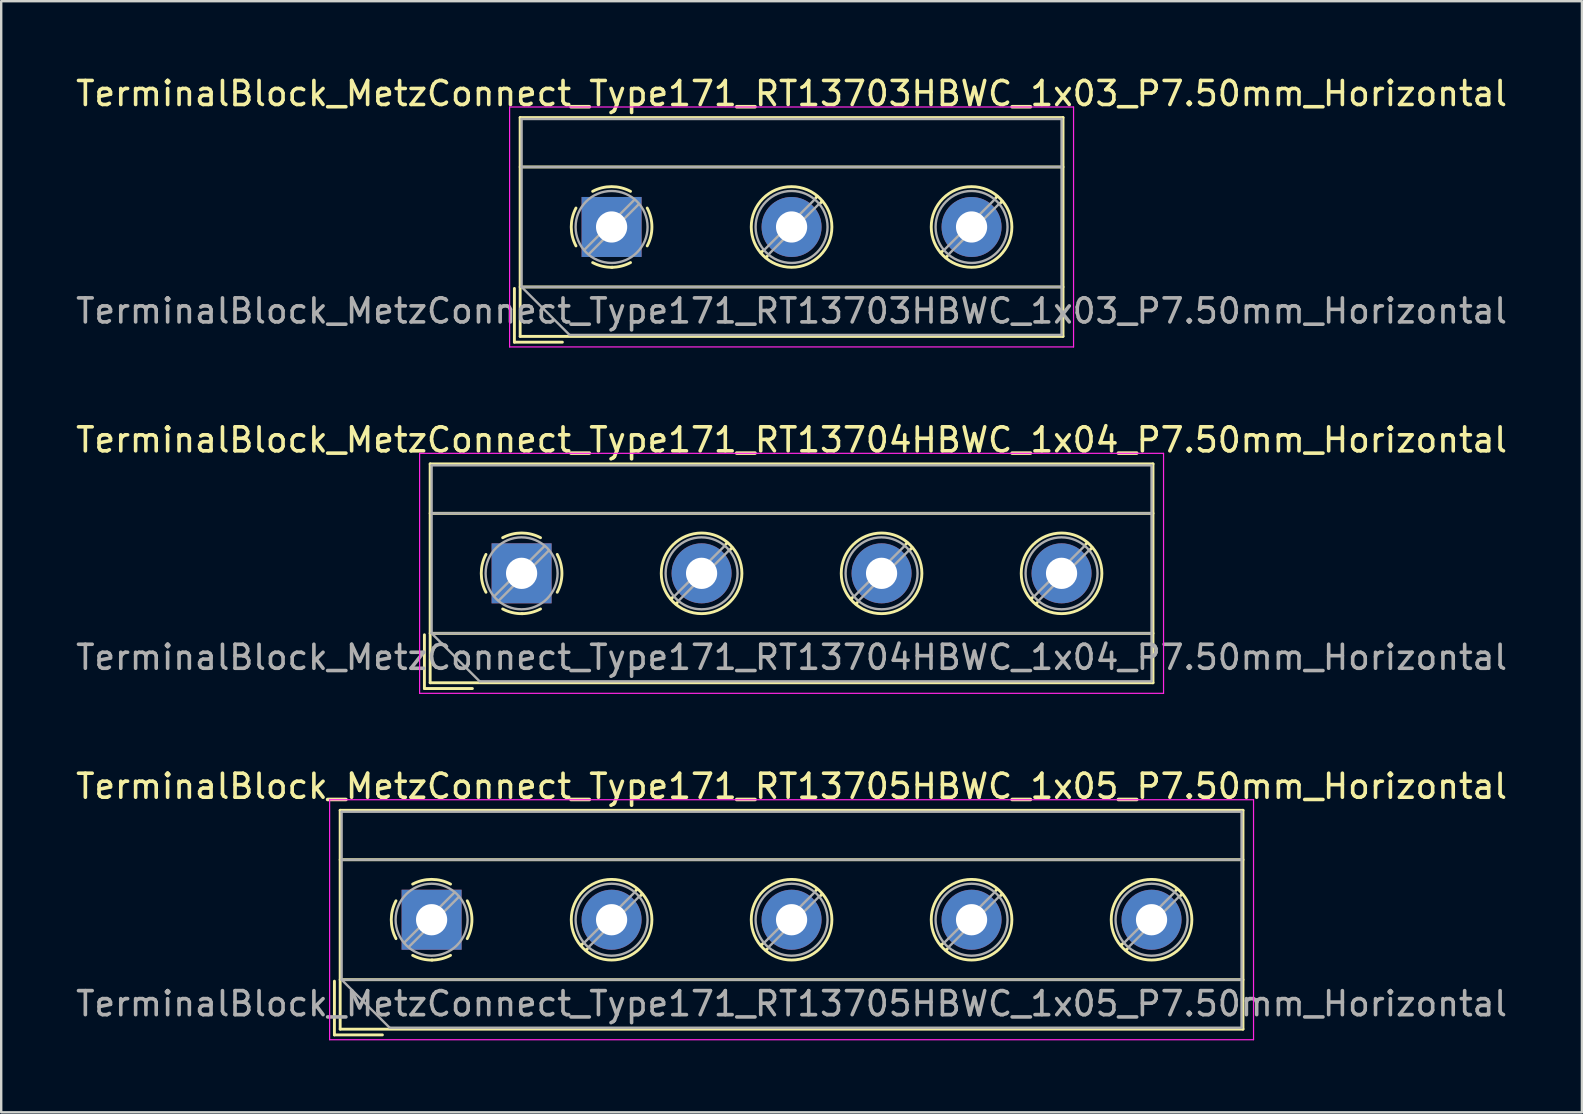
<source format=kicad_pcb>
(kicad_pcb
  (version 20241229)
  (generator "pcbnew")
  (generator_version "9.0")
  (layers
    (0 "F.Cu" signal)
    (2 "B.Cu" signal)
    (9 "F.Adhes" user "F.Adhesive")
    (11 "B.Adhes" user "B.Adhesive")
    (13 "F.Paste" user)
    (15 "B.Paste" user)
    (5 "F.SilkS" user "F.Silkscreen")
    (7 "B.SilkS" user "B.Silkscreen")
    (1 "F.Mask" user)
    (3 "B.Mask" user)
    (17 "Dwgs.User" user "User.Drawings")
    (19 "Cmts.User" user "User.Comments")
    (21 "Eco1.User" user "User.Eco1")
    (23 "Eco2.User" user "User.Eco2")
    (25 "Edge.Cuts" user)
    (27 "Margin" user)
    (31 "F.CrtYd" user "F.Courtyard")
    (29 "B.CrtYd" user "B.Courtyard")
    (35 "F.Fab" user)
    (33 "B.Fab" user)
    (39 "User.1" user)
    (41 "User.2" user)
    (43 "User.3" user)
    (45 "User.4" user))
  (footprint "TerminalBlock_MetzConnect_Type171_RT13703HBWC_1x03_P7.50mm_Horizontal"
    (layer "F.Cu")
    (at 22.435 6.408)
    (property "Reference" "TerminalBlock_MetzConnect_Type171_RT13703HBWC_1x03_P7.50mm_Horizontal" (at 7.5 -5.56 0) (layer "F.SilkS") (effects (font (size 1 1) (thickness 0.15))))
    (attr through_hole)
    (fp_line (start -4.05 2.56) (end -4.05 4.8) (stroke (width 0.12) (type solid)) (layer "F.SilkS"))
    (fp_line (start -4.05 4.8) (end -2.05 4.8) (stroke (width 0.12) (type solid)) (layer "F.SilkS"))
    (fp_line (start -3.81 -4.56) (end -3.81 4.56) (stroke (width 0.12) (type solid)) (layer "F.SilkS"))
    (fp_line (start -3.81 -4.56) (end 18.811 -4.56) (stroke (width 0.12) (type solid)) (layer "F.SilkS"))
    (fp_line (start -3.81 -2.5) (end 18.811 -2.5) (stroke (width 0.12) (type solid)) (layer "F.SilkS"))
    (fp_line (start -3.81 2.5) (end 18.811 2.5) (stroke (width 0.12) (type solid)) (layer "F.SilkS"))
    (fp_line (start -3.81 4.56) (end 18.811 4.56) (stroke (width 0.12) (type solid)) (layer "F.SilkS"))
    (fp_line (start 6.32 0.976) (end 6.226 1.069) (stroke (width 0.12) (type solid)) (layer "F.SilkS"))
    (fp_line (start 6.49 1.216) (end 6.431 1.274) (stroke (width 0.12) (type solid)) (layer "F.SilkS"))
    (fp_line (start 8.57 -1.275) (end 8.511 -1.216) (stroke (width 0.12) (type solid)) (layer "F.SilkS"))
    (fp_line (start 8.775 -1.069) (end 8.681 -0.976) (stroke (width 0.12) (type solid)) (layer "F.SilkS"))
    (fp_line (start 13.82 0.976) (end 13.726 1.069) (stroke (width 0.12) (type solid)) (layer "F.SilkS"))
    (fp_line (start 13.99 1.216) (end 13.931 1.274) (stroke (width 0.12) (type solid)) (layer "F.SilkS"))
    (fp_line (start 16.07 -1.275) (end 16.011 -1.216) (stroke (width 0.12) (type solid)) (layer "F.SilkS"))
    (fp_line (start 16.275 -1.069) (end 16.181 -0.976) (stroke (width 0.12) (type solid)) (layer "F.SilkS"))
    (fp_line (start 18.811 -4.56) (end 18.811 4.56) (stroke (width 0.12) (type solid)) (layer "F.SilkS"))
    (fp_arc (start -1.483953 0.789089) (mid -1.680708 0.00005) (end -1.484 -0.789) (stroke (width 0.12) (type solid)) (layer "F.SilkS"))
    (fp_arc (start -0.789089 -1.483953) (mid -0.00005 -1.680708) (end 0.789 -1.484) (stroke (width 0.12) (type solid)) (layer "F.SilkS"))
    (fp_arc (start 0.029383 1.68045) (mid -0.392304 1.634281) (end -0.789 1.484) (stroke (width 0.12) (type solid)) (layer "F.SilkS"))
    (fp_arc (start 0.788712 1.483352) (mid 0.406429 1.630097) (end 0 1.68) (stroke (width 0.12) (type solid)) (layer "F.SilkS"))
    (fp_arc (start 1.483953 -0.789089) (mid 1.680708 -0.00005) (end 1.484 0.789) (stroke (width 0.12) (type solid)) (layer "F.SilkS"))
    (fp_circle (center 7.5 0) (end 9.18 0) (stroke (width 0.12) (type solid)) (fill no) (layer "F.SilkS"))
    (fp_circle (center 15 0) (end 16.68 0) (stroke (width 0.12) (type solid)) (fill no) (layer "F.SilkS"))
    (fp_line (start -4.25 -5) (end -4.25 5) (stroke (width 0.05) (type solid)) (layer "F.CrtYd"))
    (fp_line (start -4.25 5) (end 19.25 5) (stroke (width 0.05) (type solid)) (layer "F.CrtYd"))
    (fp_line (start 19.25 -5) (end -4.25 -5) (stroke (width 0.05) (type solid)) (layer "F.CrtYd"))
    (fp_line (start 19.25 5) (end 19.25 -5) (stroke (width 0.05) (type solid)) (layer "F.CrtYd"))
    (fp_line (start -3.75 -4.5) (end 18.75 -4.5) (stroke (width 0.1) (type solid)) (layer "F.Fab"))
    (fp_line (start -3.75 -2.5) (end 18.75 -2.5) (stroke (width 0.1) (type solid)) (layer "F.Fab"))
    (fp_line (start -3.75 2.5) (end -3.75 -4.5) (stroke (width 0.1) (type solid)) (layer "F.Fab"))
    (fp_line (start -3.75 2.5) (end 18.75 2.5) (stroke (width 0.1) (type solid)) (layer "F.Fab"))
    (fp_line (start -1.75 4.5) (end -3.75 2.5) (stroke (width 0.1) (type solid)) (layer "F.Fab"))
    (fp_line (start 0.955 -1.138) (end -1.138 0.955) (stroke (width 0.1) (type solid)) (layer "F.Fab"))
    (fp_line (start 1.138 -0.955) (end -0.955 1.138) (stroke (width 0.1) (type solid)) (layer "F.Fab"))
    (fp_line (start 8.455 -1.138) (end 6.363 0.955) (stroke (width 0.1) (type solid)) (layer "F.Fab"))
    (fp_line (start 8.638 -0.955) (end 6.546 1.138) (stroke (width 0.1) (type solid)) (layer "F.Fab"))
    (fp_line (start 15.955 -1.138) (end 13.863 0.955) (stroke (width 0.1) (type solid)) (layer "F.Fab"))
    (fp_line (start 16.138 -0.955) (end 14.046 1.138) (stroke (width 0.1) (type solid)) (layer "F.Fab"))
    (fp_line (start 18.75 -4.5) (end 18.75 4.5) (stroke (width 0.1) (type solid)) (layer "F.Fab"))
    (fp_line (start 18.75 4.5) (end -1.75 4.5) (stroke (width 0.1) (type solid)) (layer "F.Fab"))
    (fp_circle (center 0 0) (end 1.5 0) (stroke (width 0.1) (type solid)) (fill no) (layer "F.Fab"))
    (fp_circle (center 7.5 0) (end 9 0) (stroke (width 0.1) (type solid)) (fill no) (layer "F.Fab"))
    (fp_circle (center 15 0) (end 16.5 0) (stroke (width 0.1) (type solid)) (fill no) (layer "F.Fab"))
    (fp_text user "${REFERENCE}" (at 7.5 3.5 0) (layer "F.Fab") (effects (font (size 1 1) (thickness 0.15))))
    (pad "1" thru_hole rect (at 0 0) (size 2.5 2.5) (drill 1.3) (layers "*.Cu" "*.Mask"))
    (pad "2" thru_hole circle (at 7.5 0) (size 2.5 2.5) (drill 1.3) (layers "*.Cu" "*.Mask"))
    (pad "3" thru_hole circle (at 15 0) (size 2.5 2.5) (drill 1.3) (layers "*.Cu" "*.Mask")))
  (footprint "TerminalBlock_MetzConnect_Type171_RT13705HBWC_1x05_P7.50mm_Horizontal"
    (layer "F.Cu")
    (at 14.935 35.275)
    (property "Reference" "TerminalBlock_MetzConnect_Type171_RT13705HBWC_1x05_P7.50mm_Horizontal" (at 15 -5.56 0) (layer "F.SilkS") (effects (font (size 1 1) (thickness 0.15))))
    (attr through_hole)
    (fp_line (start -4.05 2.56) (end -4.05 4.8) (stroke (width 0.12) (type solid)) (layer "F.SilkS"))
    (fp_line (start -4.05 4.8) (end -2.05 4.8) (stroke (width 0.12) (type solid)) (layer "F.SilkS"))
    (fp_line (start -3.81 -4.56) (end -3.81 4.56) (stroke (width 0.12) (type solid)) (layer "F.SilkS"))
    (fp_line (start -3.81 -4.56) (end 33.81 -4.56) (stroke (width 0.12) (type solid)) (layer "F.SilkS"))
    (fp_line (start -3.81 -2.5) (end 33.81 -2.5) (stroke (width 0.12) (type solid)) (layer "F.SilkS"))
    (fp_line (start -3.81 2.5) (end 33.81 2.5) (stroke (width 0.12) (type solid)) (layer "F.SilkS"))
    (fp_line (start -3.81 4.56) (end 33.81 4.56) (stroke (width 0.12) (type solid)) (layer "F.SilkS"))
    (fp_line (start 6.32 0.976) (end 6.226 1.069) (stroke (width 0.12) (type solid)) (layer "F.SilkS"))
    (fp_line (start 6.49 1.216) (end 6.431 1.274) (stroke (width 0.12) (type solid)) (layer "F.SilkS"))
    (fp_line (start 8.57 -1.275) (end 8.511 -1.216) (stroke (width 0.12) (type solid)) (layer "F.SilkS"))
    (fp_line (start 8.775 -1.069) (end 8.681 -0.976) (stroke (width 0.12) (type solid)) (layer "F.SilkS"))
    (fp_line (start 13.82 0.976) (end 13.726 1.069) (stroke (width 0.12) (type solid)) (layer "F.SilkS"))
    (fp_line (start 13.99 1.216) (end 13.931 1.274) (stroke (width 0.12) (type solid)) (layer "F.SilkS"))
    (fp_line (start 16.07 -1.275) (end 16.011 -1.216) (stroke (width 0.12) (type solid)) (layer "F.SilkS"))
    (fp_line (start 16.275 -1.069) (end 16.181 -0.976) (stroke (width 0.12) (type solid)) (layer "F.SilkS"))
    (fp_line (start 21.32 0.976) (end 21.226 1.069) (stroke (width 0.12) (type solid)) (layer "F.SilkS"))
    (fp_line (start 21.49 1.216) (end 21.431 1.274) (stroke (width 0.12) (type solid)) (layer "F.SilkS"))
    (fp_line (start 23.57 -1.275) (end 23.511 -1.216) (stroke (width 0.12) (type solid)) (layer "F.SilkS"))
    (fp_line (start 23.775 -1.069) (end 23.681 -0.976) (stroke (width 0.12) (type solid)) (layer "F.SilkS"))
    (fp_line (start 28.82 0.976) (end 28.726 1.069) (stroke (width 0.12) (type solid)) (layer "F.SilkS"))
    (fp_line (start 28.99 1.216) (end 28.931 1.274) (stroke (width 0.12) (type solid)) (layer "F.SilkS"))
    (fp_line (start 31.07 -1.275) (end 31.011 -1.216) (stroke (width 0.12) (type solid)) (layer "F.SilkS"))
    (fp_line (start 31.275 -1.069) (end 31.181 -0.976) (stroke (width 0.12) (type solid)) (layer "F.SilkS"))
    (fp_line (start 33.81 -4.56) (end 33.81 4.56) (stroke (width 0.12) (type solid)) (layer "F.SilkS"))
    (fp_arc (start -1.483953 0.789089) (mid -1.680708 0.00005) (end -1.484 -0.789) (stroke (width 0.12) (type solid)) (layer "F.SilkS"))
    (fp_arc (start -0.789089 -1.483953) (mid -0.00005 -1.680708) (end 0.789 -1.484) (stroke (width 0.12) (type solid)) (layer "F.SilkS"))
    (fp_arc (start 0.029383 1.68045) (mid -0.392304 1.634281) (end -0.789 1.484) (stroke (width 0.12) (type solid)) (layer "F.SilkS"))
    (fp_arc (start 0.788712 1.483352) (mid 0.406429 1.630097) (end 0 1.68) (stroke (width 0.12) (type solid)) (layer "F.SilkS"))
    (fp_arc (start 1.483953 -0.789089) (mid 1.680708 -0.00005) (end 1.484 0.789) (stroke (width 0.12) (type solid)) (layer "F.SilkS"))
    (fp_circle (center 7.5 0) (end 9.18 0) (stroke (width 0.12) (type solid)) (fill no) (layer "F.SilkS"))
    (fp_circle (center 15 0) (end 16.68 0) (stroke (width 0.12) (type solid)) (fill no) (layer "F.SilkS"))
    (fp_circle (center 22.5 0) (end 24.18 0) (stroke (width 0.12) (type solid)) (fill no) (layer "F.SilkS"))
    (fp_circle (center 30 0) (end 31.68 0) (stroke (width 0.12) (type solid)) (fill no) (layer "F.SilkS"))
    (fp_line (start -4.25 -5) (end -4.25 5) (stroke (width 0.05) (type solid)) (layer "F.CrtYd"))
    (fp_line (start -4.25 5) (end 34.25 5) (stroke (width 0.05) (type solid)) (layer "F.CrtYd"))
    (fp_line (start 34.25 -5) (end -4.25 -5) (stroke (width 0.05) (type solid)) (layer "F.CrtYd"))
    (fp_line (start 34.25 5) (end 34.25 -5) (stroke (width 0.05) (type solid)) (layer "F.CrtYd"))
    (fp_line (start -3.75 -4.5) (end 33.75 -4.5) (stroke (width 0.1) (type solid)) (layer "F.Fab"))
    (fp_line (start -3.75 -2.5) (end 33.75 -2.5) (stroke (width 0.1) (type solid)) (layer "F.Fab"))
    (fp_line (start -3.75 2.5) (end -3.75 -4.5) (stroke (width 0.1) (type solid)) (layer "F.Fab"))
    (fp_line (start -3.75 2.5) (end 33.75 2.5) (stroke (width 0.1) (type solid)) (layer "F.Fab"))
    (fp_line (start -1.75 4.5) (end -3.75 2.5) (stroke (width 0.1) (type solid)) (layer "F.Fab"))
    (fp_line (start 0.955 -1.138) (end -1.138 0.955) (stroke (width 0.1) (type solid)) (layer "F.Fab"))
    (fp_line (start 1.138 -0.955) (end -0.955 1.138) (stroke (width 0.1) (type solid)) (layer "F.Fab"))
    (fp_line (start 8.455 -1.138) (end 6.363 0.955) (stroke (width 0.1) (type solid)) (layer "F.Fab"))
    (fp_line (start 8.638 -0.955) (end 6.546 1.138) (stroke (width 0.1) (type solid)) (layer "F.Fab"))
    (fp_line (start 15.955 -1.138) (end 13.863 0.955) (stroke (width 0.1) (type solid)) (layer "F.Fab"))
    (fp_line (start 16.138 -0.955) (end 14.046 1.138) (stroke (width 0.1) (type solid)) (layer "F.Fab"))
    (fp_line (start 23.455 -1.138) (end 21.363 0.955) (stroke (width 0.1) (type solid)) (layer "F.Fab"))
    (fp_line (start 23.638 -0.955) (end 21.546 1.138) (stroke (width 0.1) (type solid)) (layer "F.Fab"))
    (fp_line (start 30.955 -1.138) (end 28.863 0.955) (stroke (width 0.1) (type solid)) (layer "F.Fab"))
    (fp_line (start 31.138 -0.955) (end 29.046 1.138) (stroke (width 0.1) (type solid)) (layer "F.Fab"))
    (fp_line (start 33.75 -4.5) (end 33.75 4.5) (stroke (width 0.1) (type solid)) (layer "F.Fab"))
    (fp_line (start 33.75 4.5) (end -1.75 4.5) (stroke (width 0.1) (type solid)) (layer "F.Fab"))
    (fp_circle (center 0 0) (end 1.5 0) (stroke (width 0.1) (type solid)) (fill no) (layer "F.Fab"))
    (fp_circle (center 7.5 0) (end 9 0) (stroke (width 0.1) (type solid)) (fill no) (layer "F.Fab"))
    (fp_circle (center 15 0) (end 16.5 0) (stroke (width 0.1) (type solid)) (fill no) (layer "F.Fab"))
    (fp_circle (center 22.5 0) (end 24 0) (stroke (width 0.1) (type solid)) (fill no) (layer "F.Fab"))
    (fp_circle (center 30 0) (end 31.5 0) (stroke (width 0.1) (type solid)) (fill no) (layer "F.Fab"))
    (fp_text user "${REFERENCE}" (at 15 3.5 0) (layer "F.Fab") (effects (font (size 1 1) (thickness 0.15))))
    (pad "1" thru_hole rect (at 0 0) (size 2.5 2.5) (drill 1.3) (layers "*.Cu" "*.Mask"))
    (pad "2" thru_hole circle (at 7.5 0) (size 2.5 2.5) (drill 1.3) (layers "*.Cu" "*.Mask"))
    (pad "3" thru_hole circle (at 15 0) (size 2.5 2.5) (drill 1.3) (layers "*.Cu" "*.Mask"))
    (pad "4" thru_hole circle (at 22.5 0) (size 2.5 2.5) (drill 1.3) (layers "*.Cu" "*.Mask"))
    (pad "5" thru_hole circle (at 30 0) (size 2.5 2.5) (drill 1.3) (layers "*.Cu" "*.Mask")))
  (footprint "TerminalBlock_MetzConnect_Type171_RT13704HBWC_1x04_P7.50mm_Horizontal"
    (layer "F.Cu")
    (at 18.685 20.841)
    (property "Reference" "TerminalBlock_MetzConnect_Type171_RT13704HBWC_1x04_P7.50mm_Horizontal" (at 11.25 -5.56 0) (layer "F.SilkS") (effects (font (size 1 1) (thickness 0.15))))
    (attr through_hole)
    (fp_line (start -4.05 2.56) (end -4.05 4.8) (stroke (width 0.12) (type solid)) (layer "F.SilkS"))
    (fp_line (start -4.05 4.8) (end -2.05 4.8) (stroke (width 0.12) (type solid)) (layer "F.SilkS"))
    (fp_line (start -3.81 -4.56) (end -3.81 4.56) (stroke (width 0.12) (type solid)) (layer "F.SilkS"))
    (fp_line (start -3.81 -4.56) (end 26.31 -4.56) (stroke (width 0.12) (type solid)) (layer "F.SilkS"))
    (fp_line (start -3.81 -2.5) (end 26.31 -2.5) (stroke (width 0.12) (type solid)) (layer "F.SilkS"))
    (fp_line (start -3.81 2.5) (end 26.31 2.5) (stroke (width 0.12) (type solid)) (layer "F.SilkS"))
    (fp_line (start -3.81 4.56) (end 26.31 4.56) (stroke (width 0.12) (type solid)) (layer "F.SilkS"))
    (fp_line (start 6.32 0.976) (end 6.226 1.069) (stroke (width 0.12) (type solid)) (layer "F.SilkS"))
    (fp_line (start 6.49 1.216) (end 6.431 1.274) (stroke (width 0.12) (type solid)) (layer "F.SilkS"))
    (fp_line (start 8.57 -1.275) (end 8.511 -1.216) (stroke (width 0.12) (type solid)) (layer "F.SilkS"))
    (fp_line (start 8.775 -1.069) (end 8.681 -0.976) (stroke (width 0.12) (type solid)) (layer "F.SilkS"))
    (fp_line (start 13.82 0.976) (end 13.726 1.069) (stroke (width 0.12) (type solid)) (layer "F.SilkS"))
    (fp_line (start 13.99 1.216) (end 13.931 1.274) (stroke (width 0.12) (type solid)) (layer "F.SilkS"))
    (fp_line (start 16.07 -1.275) (end 16.011 -1.216) (stroke (width 0.12) (type solid)) (layer "F.SilkS"))
    (fp_line (start 16.275 -1.069) (end 16.181 -0.976) (stroke (width 0.12) (type solid)) (layer "F.SilkS"))
    (fp_line (start 21.32 0.976) (end 21.226 1.069) (stroke (width 0.12) (type solid)) (layer "F.SilkS"))
    (fp_line (start 21.49 1.216) (end 21.431 1.274) (stroke (width 0.12) (type solid)) (layer "F.SilkS"))
    (fp_line (start 23.57 -1.275) (end 23.511 -1.216) (stroke (width 0.12) (type solid)) (layer "F.SilkS"))
    (fp_line (start 23.775 -1.069) (end 23.681 -0.976) (stroke (width 0.12) (type solid)) (layer "F.SilkS"))
    (fp_line (start 26.31 -4.56) (end 26.31 4.56) (stroke (width 0.12) (type solid)) (layer "F.SilkS"))
    (fp_arc (start -1.483953 0.789089) (mid -1.680708 0.00005) (end -1.484 -0.789) (stroke (width 0.12) (type solid)) (layer "F.SilkS"))
    (fp_arc (start -0.789089 -1.483953) (mid -0.00005 -1.680708) (end 0.789 -1.484) (stroke (width 0.12) (type solid)) (layer "F.SilkS"))
    (fp_arc (start 0.029383 1.68045) (mid -0.392304 1.634281) (end -0.789 1.484) (stroke (width 0.12) (type solid)) (layer "F.SilkS"))
    (fp_arc (start 0.788712 1.483352) (mid 0.406429 1.630097) (end 0 1.68) (stroke (width 0.12) (type solid)) (layer "F.SilkS"))
    (fp_arc (start 1.483953 -0.789089) (mid 1.680708 -0.00005) (end 1.484 0.789) (stroke (width 0.12) (type solid)) (layer "F.SilkS"))
    (fp_circle (center 7.5 0) (end 9.18 0) (stroke (width 0.12) (type solid)) (fill no) (layer "F.SilkS"))
    (fp_circle (center 15 0) (end 16.68 0) (stroke (width 0.12) (type solid)) (fill no) (layer "F.SilkS"))
    (fp_circle (center 22.5 0) (end 24.18 0) (stroke (width 0.12) (type solid)) (fill no) (layer "F.SilkS"))
    (fp_line (start -4.25 -5) (end -4.25 5) (stroke (width 0.05) (type solid)) (layer "F.CrtYd"))
    (fp_line (start -4.25 5) (end 26.75 5) (stroke (width 0.05) (type solid)) (layer "F.CrtYd"))
    (fp_line (start 26.75 -5) (end -4.25 -5) (stroke (width 0.05) (type solid)) (layer "F.CrtYd"))
    (fp_line (start 26.75 5) (end 26.75 -5) (stroke (width 0.05) (type solid)) (layer "F.CrtYd"))
    (fp_line (start -3.75 -4.5) (end 26.25 -4.5) (stroke (width 0.1) (type solid)) (layer "F.Fab"))
    (fp_line (start -3.75 -2.5) (end 26.25 -2.5) (stroke (width 0.1) (type solid)) (layer "F.Fab"))
    (fp_line (start -3.75 2.5) (end -3.75 -4.5) (stroke (width 0.1) (type solid)) (layer "F.Fab"))
    (fp_line (start -3.75 2.5) (end 26.25 2.5) (stroke (width 0.1) (type solid)) (layer "F.Fab"))
    (fp_line (start -1.75 4.5) (end -3.75 2.5) (stroke (width 0.1) (type solid)) (layer "F.Fab"))
    (fp_line (start 0.955 -1.138) (end -1.138 0.955) (stroke (width 0.1) (type solid)) (layer "F.Fab"))
    (fp_line (start 1.138 -0.955) (end -0.955 1.138) (stroke (width 0.1) (type solid)) (layer "F.Fab"))
    (fp_line (start 8.455 -1.138) (end 6.363 0.955) (stroke (width 0.1) (type solid)) (layer "F.Fab"))
    (fp_line (start 8.638 -0.955) (end 6.546 1.138) (stroke (width 0.1) (type solid)) (layer "F.Fab"))
    (fp_line (start 15.955 -1.138) (end 13.863 0.955) (stroke (width 0.1) (type solid)) (layer "F.Fab"))
    (fp_line (start 16.138 -0.955) (end 14.046 1.138) (stroke (width 0.1) (type solid)) (layer "F.Fab"))
    (fp_line (start 23.455 -1.138) (end 21.363 0.955) (stroke (width 0.1) (type solid)) (layer "F.Fab"))
    (fp_line (start 23.638 -0.955) (end 21.546 1.138) (stroke (width 0.1) (type solid)) (layer "F.Fab"))
    (fp_line (start 26.25 -4.5) (end 26.25 4.5) (stroke (width 0.1) (type solid)) (layer "F.Fab"))
    (fp_line (start 26.25 4.5) (end -1.75 4.5) (stroke (width 0.1) (type solid)) (layer "F.Fab"))
    (fp_circle (center 0 0) (end 1.5 0) (stroke (width 0.1) (type solid)) (fill no) (layer "F.Fab"))
    (fp_circle (center 7.5 0) (end 9 0) (stroke (width 0.1) (type solid)) (fill no) (layer "F.Fab"))
    (fp_circle (center 15 0) (end 16.5 0) (stroke (width 0.1) (type solid)) (fill no) (layer "F.Fab"))
    (fp_circle (center 22.5 0) (end 24 0) (stroke (width 0.1) (type solid)) (fill no) (layer "F.Fab"))
    (fp_text user "${REFERENCE}" (at 11.25 3.5 0) (layer "F.Fab") (effects (font (size 1 1) (thickness 0.15))))
    (pad "1" thru_hole rect (at 0 0) (size 2.5 2.5) (drill 1.3) (layers "*.Cu" "*.Mask"))
    (pad "2" thru_hole circle (at 7.5 0) (size 2.5 2.5) (drill 1.3) (layers "*.Cu" "*.Mask"))
    (pad "3" thru_hole circle (at 15 0) (size 2.5 2.5) (drill 1.3) (layers "*.Cu" "*.Mask"))
    (pad "4" thru_hole circle (at 22.5 0) (size 2.5 2.5) (drill 1.3) (layers "*.Cu" "*.Mask")))
  (gr_rect
    (start -3 -3)
    (end 62.869 43.3)
    (stroke (width 0.1) (type default))
    (fill no)
    (layer "Edge.Cuts")))
</source>
